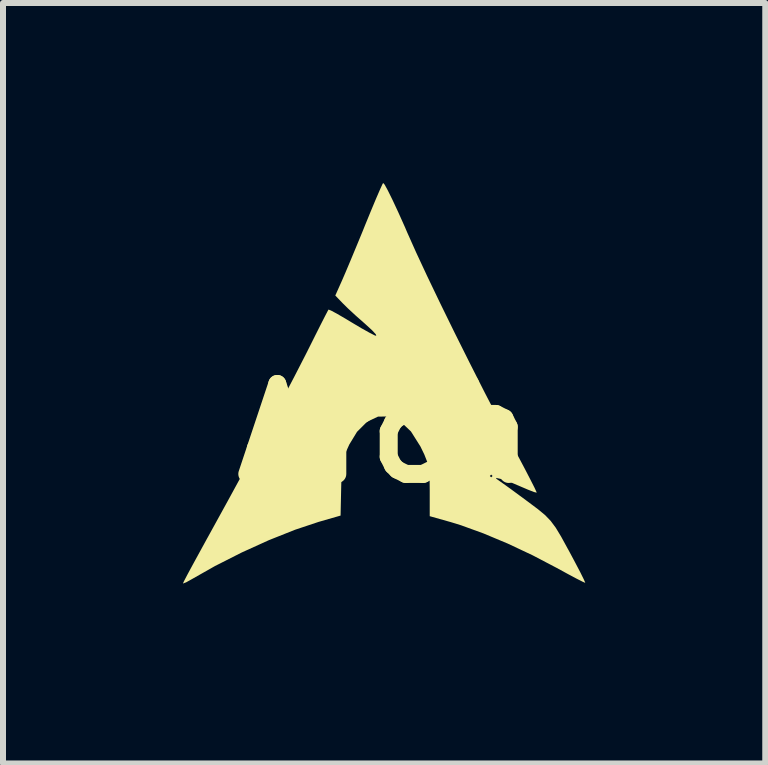
<source format=kicad_pcb>
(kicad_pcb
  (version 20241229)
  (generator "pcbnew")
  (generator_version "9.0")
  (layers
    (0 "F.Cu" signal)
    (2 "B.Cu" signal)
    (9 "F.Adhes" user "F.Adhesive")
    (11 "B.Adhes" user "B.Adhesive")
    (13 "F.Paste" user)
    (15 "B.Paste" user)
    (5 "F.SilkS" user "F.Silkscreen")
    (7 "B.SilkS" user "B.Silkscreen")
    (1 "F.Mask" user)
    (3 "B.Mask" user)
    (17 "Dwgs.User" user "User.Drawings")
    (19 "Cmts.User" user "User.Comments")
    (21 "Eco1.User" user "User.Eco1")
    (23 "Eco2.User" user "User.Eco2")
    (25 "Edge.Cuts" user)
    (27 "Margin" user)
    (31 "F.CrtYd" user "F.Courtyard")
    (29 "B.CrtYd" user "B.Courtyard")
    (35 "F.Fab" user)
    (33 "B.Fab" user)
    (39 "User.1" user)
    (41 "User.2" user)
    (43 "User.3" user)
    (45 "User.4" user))
  (footprint "Arch"
    (layer "F.Cu")
    (at 3.358 4.172)
    (property "Reference" "Arch" (at 0 0 0) (layer "F.SilkS") (effects (font (size 1.5 1.5) (thickness 0.3))))
    (attr board_only exclude_from_pos_files exclude_from_bom)
    (fp_poly (pts (xy 0.004 -4.144) (xy 0.058 -4.045) (xy 0.136 -3.887) (xy 0.232 -3.681) (xy 0.341 -3.438) (xy 0.379 -3.349) (xy 0.529 -3.013) (xy 0.715 -2.614) (xy 0.93 -2.166) (xy 1.166 -1.684) (xy 1.416 -1.183) (xy 1.673 -0.676) (xy 1.931 -0.179) (xy 2.18 0.294) (xy 2.238 0.4) (xy 2.346 0.604) (xy 2.436 0.778) (xy 2.502 0.908) (xy 2.535 0.98) (xy 2.538 0.99) (xy 2.495 0.98) (xy 2.395 0.941) (xy 2.287 0.895) (xy 2.135 0.83) (xy 1.999 0.779) (xy 1.935 0.76) (xy 1.861 0.744) (xy 1.866 0.759) (xy 1.909 0.789) (xy 1.978 0.838) (xy 2.101 0.926) (xy 2.257 1.041) (xy 2.394 1.142) (xy 2.558 1.265) (xy 2.679 1.365) (xy 2.772 1.462) (xy 2.856 1.575) (xy 2.946 1.724) (xy 3.058 1.929) (xy 3.076 1.961) (xy 3.179 2.154) (xy 3.264 2.316) (xy 3.322 2.433) (xy 3.347 2.49) (xy 3.347 2.493) (xy 3.307 2.476) (xy 3.204 2.424) (xy 3.054 2.344) (xy 2.873 2.245) (xy 2.869 2.243) (xy 2.47 2.034) (xy 2.056 1.839) (xy 1.65 1.669) (xy 1.278 1.534) (xy 1.11 1.482) (xy 0.755 1.382) (xy 0.755 0.956) (xy 0.753 0.749) (xy 0.75 0.712) (xy 1.757 0.712) (xy 1.779 0.734) (xy 1.802 0.712) (xy 1.779 0.689) (xy 1.757 0.712) (xy 0.75 0.712) (xy 0.741 0.601) (xy 0.714 0.479) (xy 0.665 0.354) (xy 0.6 0.22) (xy 0.442 -0.03) (xy 0.267 -0.196) (xy 0.082 -0.279) (xy -0.106 -0.278) (xy -0.288 -0.193) (xy -0.457 -0.024) (xy -0.586 0.188) (xy -0.645 0.319) (xy -0.683 0.439) (xy -0.705 0.575) (xy -0.717 0.754) (xy -0.721 0.909) (xy -0.731 1.372) (xy -1.099 1.478) (xy -1.489 1.608) (xy -1.924 1.781) (xy -2.378 1.987) (xy -2.826 2.214) (xy -3.214 2.434) (xy -3.306 2.485) (xy -3.356 2.504) (xy -3.358 2.502) (xy -3.338 2.459) (xy -3.281 2.35) (xy -3.194 2.189) (xy -3.083 1.986) (xy -2.956 1.754) (xy -2.943 1.731) (xy -2.603 1.113) (xy -2.283 0.526) (xy -1.989 -0.02) (xy -1.724 -0.519) (xy -1.494 -0.959) (xy -1.302 -1.333) (xy -1.268 -1.401) (xy -1.159 -1.619) (xy -1.064 -1.808) (xy -0.99 -1.953) (xy -0.944 -2.041) (xy -0.932 -2.062) (xy -0.891 -2.046) (xy -0.792 -1.993) (xy -0.651 -1.911) (xy -0.55 -1.85) (xy -0.387 -1.753) (xy -0.251 -1.677) (xy -0.161 -1.631) (xy -0.136 -1.624) (xy -0.144 -1.65) (xy -0.208 -1.719) (xy -0.314 -1.816) (xy -0.334 -1.834) (xy -0.477 -1.96) (xy -0.61 -2.083) (xy -0.699 -2.171) (xy -0.819 -2.296) (xy -0.706 -2.549) (xy -0.649 -2.681) (xy -0.568 -2.873) (xy -0.472 -3.104) (xy -0.369 -3.353) (xy -0.322 -3.47) (xy -0.229 -3.697) (xy -0.146 -3.896) (xy -0.079 -4.051) (xy -0.035 -4.148) (xy -0.022 -4.172)) (stroke (width 0) (type solid)) (fill yes) (layer "F.SilkS")))
  (gr_rect
    (start -3 -3)
    (end 9.706 9.676)
    (stroke (width 0.1) (type default))
    (fill no)
    (layer "Edge.Cuts")))
</source>
